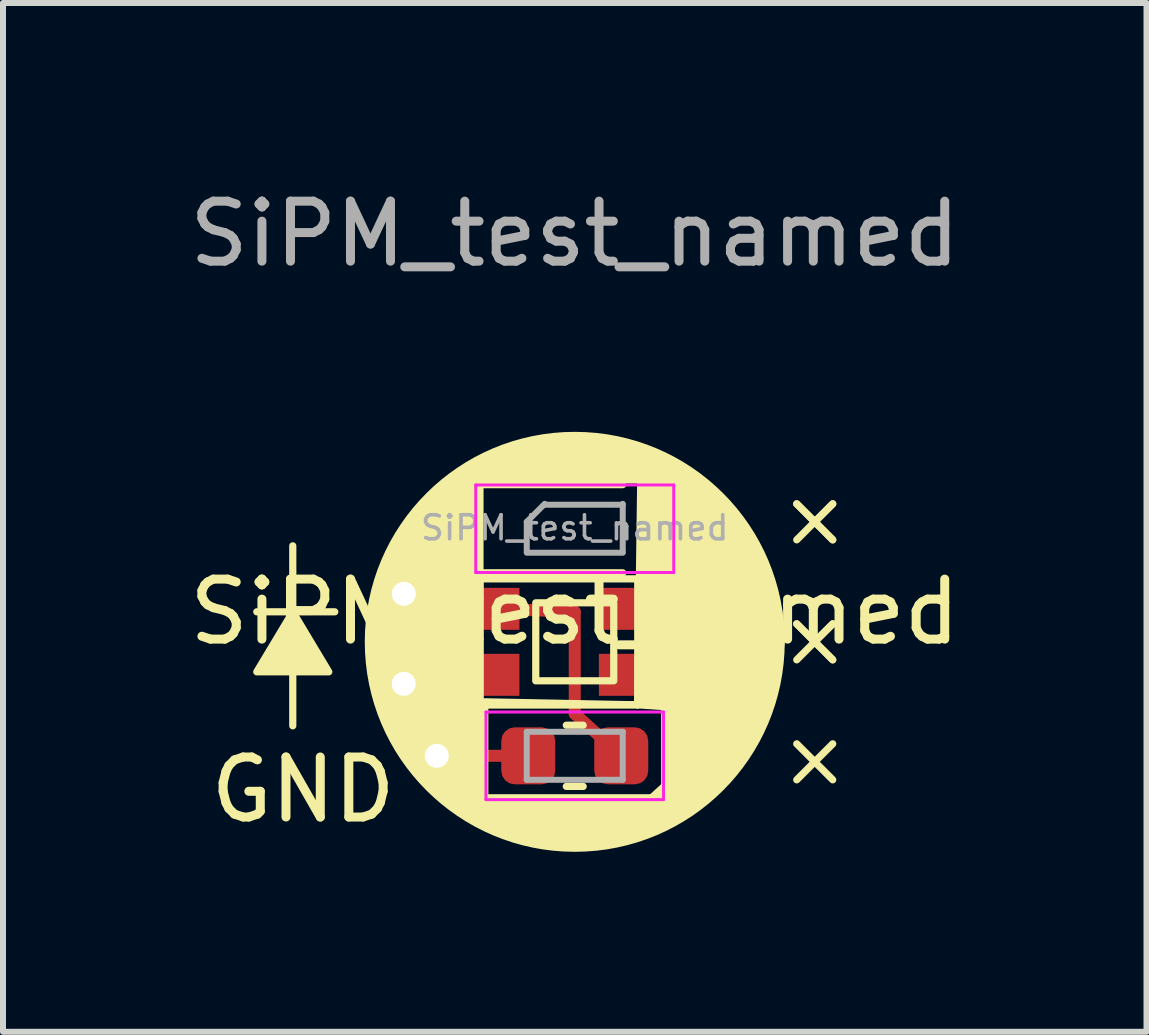
<source format=kicad_pcb>
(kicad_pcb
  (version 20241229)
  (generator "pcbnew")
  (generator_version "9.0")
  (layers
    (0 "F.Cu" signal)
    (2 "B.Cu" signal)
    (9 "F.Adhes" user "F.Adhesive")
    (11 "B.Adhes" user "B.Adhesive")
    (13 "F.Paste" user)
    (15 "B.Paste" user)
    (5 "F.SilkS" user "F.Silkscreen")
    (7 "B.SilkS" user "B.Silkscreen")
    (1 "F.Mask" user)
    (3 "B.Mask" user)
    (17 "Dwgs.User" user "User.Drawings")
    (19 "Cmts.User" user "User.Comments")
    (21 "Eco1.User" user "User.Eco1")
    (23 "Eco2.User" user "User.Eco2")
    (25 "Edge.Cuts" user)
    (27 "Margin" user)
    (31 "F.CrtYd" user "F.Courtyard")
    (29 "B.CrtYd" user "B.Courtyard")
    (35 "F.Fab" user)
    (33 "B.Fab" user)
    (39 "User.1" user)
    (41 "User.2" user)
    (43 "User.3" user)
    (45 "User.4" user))
  (footprint "SiPM_test_named"
    (layer "F.Cu")
    (at 6.53 7.648)
    (property "Reference" "SiPM_test_named" (at 0 -0.5 0) (unlocked yes) (layer "F.SilkS") (effects (font (size 1 1) (thickness 0.15))))
    (attr smd)
    (fp_line (start -2.85 -0.8) (end -2.3 -0.55) (stroke (width 0.2) (type default)) (layer "F.Cu"))
    (fp_line (start -2.85 0.7) (end -2.3 0.5) (stroke (width 0.2) (type default)) (layer "F.Cu"))
    (fp_line (start -2.3 -0.55) (end -1.272 -0.55) (stroke (width 0.2) (type default)) (layer "F.Cu"))
    (fp_line (start -1.272 -0.55) (end 0 -0.5) (stroke (width 0.2) (type default)) (layer "F.Cu"))
    (fp_line (start -1.272 0.5) (end -2.3 0.5) (stroke (width 0.2) (type default)) (layer "F.Cu"))
    (fp_line (start -0.775 1.9) (end -2.3 1.9) (stroke (width 0.2) (type default)) (layer "F.Cu"))
    (fp_line (start 0 -0.5) (end 0 1.2) (stroke (width 0.2) (type default)) (layer "F.Cu"))
    (fp_line (start 0 1.2) (end 0.775 1.9) (stroke (width 0.2) (type default)) (layer "F.Cu"))
    (fp_line (start -5.3 -0.5) (end -4 -0.5) (stroke (width 0.12) (type solid)) (layer "F.SilkS"))
    (fp_line (start -4.7 -1.6) (end -4.7 1.4) (stroke (width 0.12) (type solid)) (layer "F.SilkS"))
    (fp_line (start -1.66 -2.62) (end -1.66 -1.15) (stroke (width 0.12) (type solid)) (layer "F.SilkS"))
    (fp_line (start -1.66 -1.15) (end 0.8 -1.15) (stroke (width 0.12) (type solid)) (layer "F.SilkS"))
    (fp_line (start -1.58 1.05) (end -1.58 -1.05) (stroke (width 0.12) (type solid)) (layer "F.SilkS"))
    (fp_line (start -1.58 1.05) (end 1.05 1.05) (stroke (width 0.12) (type solid)) (layer "F.SilkS"))
    (fp_line (start -0.141 1.39) (end 0.141 1.39) (stroke (width 0.12) (type solid)) (layer "F.SilkS"))
    (fp_line (start -0.141 2.41) (end 0.141 2.41) (stroke (width 0.12) (type solid)) (layer "F.SilkS"))
    (fp_line (start 0.8 -2.62) (end -1.66 -2.62) (stroke (width 0.12) (type solid)) (layer "F.SilkS"))
    (fp_line (start 1.05 -1.05) (end -1.58 -1.05) (stroke (width 0.12) (type solid)) (layer "F.SilkS"))
    (fp_line (start 1.05 -1.05) (end 1.05 1.05) (stroke (width 0.12) (type solid)) (layer "F.SilkS"))
    (fp_line (start 3.7 -2.3) (end 4 -2) (stroke (width 0.12) (type solid)) (layer "F.SilkS"))
    (fp_line (start 3.7 -0.3) (end 4 0) (stroke (width 0.12) (type solid)) (layer "F.SilkS"))
    (fp_line (start 4 -2) (end 3.7 -2.3) (stroke (width 0.12) (type solid)) (layer "F.SilkS"))
    (fp_line (start 4 -2) (end 3.7 -1.7) (stroke (width 0.12) (type solid)) (layer "F.SilkS"))
    (fp_line (start 4 -2) (end 4.3 -2.3) (stroke (width 0.12) (type solid)) (layer "F.SilkS"))
    (fp_line (start 4 -2) (end 4.3 -1.7) (stroke (width 0.12) (type solid)) (layer "F.SilkS"))
    (fp_line (start 4 0) (end 3.7 -0.3) (stroke (width 0.12) (type solid)) (layer "F.SilkS"))
    (fp_line (start 4 0) (end 3.7 0.3) (stroke (width 0.12) (type solid)) (layer "F.SilkS"))
    (fp_line (start 4 0) (end 4.3 -0.3) (stroke (width 0.12) (type solid)) (layer "F.SilkS"))
    (fp_line (start 4 0) (end 4.3 0.3) (stroke (width 0.12) (type solid)) (layer "F.SilkS"))
    (fp_line (start 4 2) (end 3.7 1.7) (stroke (width 0.12) (type solid)) (layer "F.SilkS"))
    (fp_line (start 4 2) (end 3.7 2.3) (stroke (width 0.12) (type solid)) (layer "F.SilkS"))
    (fp_line (start 4 2) (end 4.3 1.7) (stroke (width 0.12) (type solid)) (layer "F.SilkS"))
    (fp_line (start 4 2) (end 4.3 2.3) (stroke (width 0.12) (type solid)) (layer "F.SilkS"))
    (fp_line (start 4.3 -2.3) (end 4 -2) (stroke (width 0.12) (type solid)) (layer "F.SilkS"))
    (fp_line (start 4.3 -1.7) (end 4 -2) (stroke (width 0.12) (type solid)) (layer "F.SilkS"))
    (fp_line (start 4.3 -0.3) (end 4 0) (stroke (width 0.12) (type solid)) (layer "F.SilkS"))
    (fp_line (start 4.3 0.3) (end 4 0) (stroke (width 0.12) (type solid)) (layer "F.SilkS"))
    (fp_circle (center 0 0) (end 3.44 0) (stroke (width 0.12) (type solid)) (fill no) (layer "F.SilkS"))
    (fp_poly (pts (xy -4.7 -0.5) (xy -5.3 0.5) (xy -4.1 0.5)) (stroke (width 0.12) (type solid)) (fill yes) (layer "F.SilkS"))
    (fp_poly (pts (xy -1.5 2.6) (xy 1.6 2.6) (xy 0.4 3.4) (xy -0.4 3.4)) (stroke (width 0.12) (type solid)) (fill yes) (layer "F.SilkS"))
    (fp_poly (pts (xy -0.65 -0.65) (xy 0.65 -0.65) (xy 0.65 0.65) (xy -0.65 0.65)) (stroke (width 0.12) (type solid)) (fill no) (layer "F.SilkS"))
    (fp_poly (pts (xy 1.05 1.05) (xy 1.8 1.1) (xy 1.7 -1.2) (xy 1.1 -2.7)) (stroke (width 0.12) (type solid)) (fill yes) (layer "F.SilkS"))
    (fp_poly (pts (xy 1.1 -3.2) (xy 1.3 -2.7) (xy -1.6 -2.7) (xy -1.58 -3) (xy -1.1 -3.2) (xy -0.4 -3.4) (xy 0.2 -3.4)) (stroke (width 0.12) (type solid)) (fill yes) (layer "F.SilkS"))
    (fp_poly (pts (xy -1.58 1.05) (xy 1.05 1.05) (xy -1.5 1) (xy -1.5 2.6) (xy -0.4 3.4) (xy -1.2 3.2) (xy -1.6 3) (xy -1.9 2.8) (xy -2.4 2.4) (xy -2.8 1.9) (xy -3.2 1.2) (xy -3.4 0.4) (xy -3.4 -0.2) (xy -3.2 -1.2) (xy -2.8 -1.9) (xy -2.3 -2.5) (xy -1.58 -3)) (stroke (width 0.12) (type solid)) (fill yes) (layer "F.SilkS"))
    (fp_poly (pts (xy 1.6 -3) (xy 2.1 -2.7) (xy 2.5 -2.3) (xy 2.9 -1.8) (xy 3.1 -1.4) (xy 3.2 -1.2) (xy 3.4 -0.5) (xy 3.44 0) (xy 3.375 0.6) (xy 3.2 1.2) (xy 2.8 1.9) (xy 2.2 2.6) (xy 1.6 3) (xy 1.2 3.2) (xy 0.4 3.4) (xy 1.5 2.4) (xy 1.5 1) (xy 1.1 -3.2)) (stroke (width 0.12) (type solid)) (fill yes) (layer "F.SilkS"))
    (fp_line (start -1.65 -2.615) (end 1.65 -2.615) (stroke (width 0.05) (type solid)) (layer "F.CrtYd"))
    (fp_line (start -1.65 -1.155) (end -1.65 -2.615) (stroke (width 0.05) (type solid)) (layer "F.CrtYd"))
    (fp_line (start -1.48 1.17) (end 1.48 1.17) (stroke (width 0.05) (type solid)) (layer "F.CrtYd"))
    (fp_line (start -1.48 2.63) (end -1.48 1.17) (stroke (width 0.05) (type solid)) (layer "F.CrtYd"))
    (fp_line (start 1.48 1.17) (end 1.48 2.63) (stroke (width 0.05) (type solid)) (layer "F.CrtYd"))
    (fp_line (start 1.48 2.63) (end -1.48 2.63) (stroke (width 0.05) (type solid)) (layer "F.CrtYd"))
    (fp_line (start 1.65 -2.615) (end 1.65 -1.155) (stroke (width 0.05) (type solid)) (layer "F.CrtYd"))
    (fp_line (start 1.65 -1.155) (end -1.65 -1.155) (stroke (width 0.05) (type solid)) (layer "F.CrtYd"))
    (fp_line (start -0.8 -2) (end -0.8 -1.5) (stroke (width 0.1) (type solid)) (layer "F.Fab"))
    (fp_line (start -0.8 -1.485) (end 0.8 -1.485) (stroke (width 0.1) (type solid)) (layer "F.Fab"))
    (fp_line (start -0.8 1.5) (end 0.8 1.5) (stroke (width 0.1) (type solid)) (layer "F.Fab"))
    (fp_line (start -0.8 2.3) (end -0.8 1.5) (stroke (width 0.1) (type solid)) (layer "F.Fab"))
    (fp_line (start -0.5 -2.3) (end -0.8 -2) (stroke (width 0.1) (type solid)) (layer "F.Fab"))
    (fp_line (start 0.8 -2.285) (end -0.5 -2.285) (stroke (width 0.1) (type solid)) (layer "F.Fab"))
    (fp_line (start 0.8 -1.5) (end 0.8 -2.3) (stroke (width 0.1) (type solid)) (layer "F.Fab"))
    (fp_line (start 0.8 1.5) (end 0.8 2.3) (stroke (width 0.1) (type solid)) (layer "F.Fab"))
    (fp_line (start 0.8 2.3) (end -0.8 2.3) (stroke (width 0.1) (type solid)) (layer "F.Fab"))
    (fp_text user "GND" (at -6.15 3.05 0) (unlocked yes) (layer "F.SilkS") (effects (font (size 1 1) (thickness 0.15)) (justify left bottom)))
    (fp_text user "${REFERENCE}" (at 0 -6.8 0) (unlocked yes) (layer "F.Fab") (effects (font (size 1 1) (thickness 0.15))))
    (fp_text user "${REFERENCE}" (at 0 -1.9 0) (layer "F.Fab") (effects (font (size 0.4 0.4) (thickness 0.06))))
    (pad "GND" thru_hole circle (at -2.3 1.9) (size 0.8 0.8) (drill 0.4) (layers "*.Cu"))
    (pad "SiPM_A" thru_hole circle (at -2.85 0.7) (size 0.8 0.8) (drill 0.4) (layers "*.Cu"))
    (pad "SiPM_C" thru_hole circle (at -2.85 -0.8) (size 0.8 0.8) (drill 0.4) (layers "*.Cu"))
    (pad "pad2" smd roundrect (at -0.775 1.9) (size 0.9 0.95) (layers "F.Cu" "F.Mask" "F.Paste") (roundrect_rratio 0.25))
    (pad "pad3" smd rect (at 0.752 -0.55) (size 0.7 0.7) (layers "F.Cu" "F.Mask" "F.Paste"))
    (pad "pad4" smd rect (at -1.272 -0.55) (size 0.7 0.7) (layers "F.Cu" "F.Mask" "F.Paste"))
    (pad "pad5" smd roundrect (at 0.775 1.9) (size 0.9 0.95) (layers "F.Cu" "F.Mask" "F.Paste") (roundrect_rratio 0.25))
    (pad "pad7" smd rect (at -1.272 0.55) (size 0.7 0.7) (layers "F.Cu" "F.Mask" "F.Paste"))
    (pad "pad8" smd rect (at 0.752 0.55) (size 0.7 0.7) (layers "F.Cu" "F.Mask" "F.Paste")))
  (gr_rect
    (start -3 -3)
    (end 16.06 14.148)
    (stroke (width 0.1) (type default))
    (fill no)
    (layer "Edge.Cuts")))
</source>
